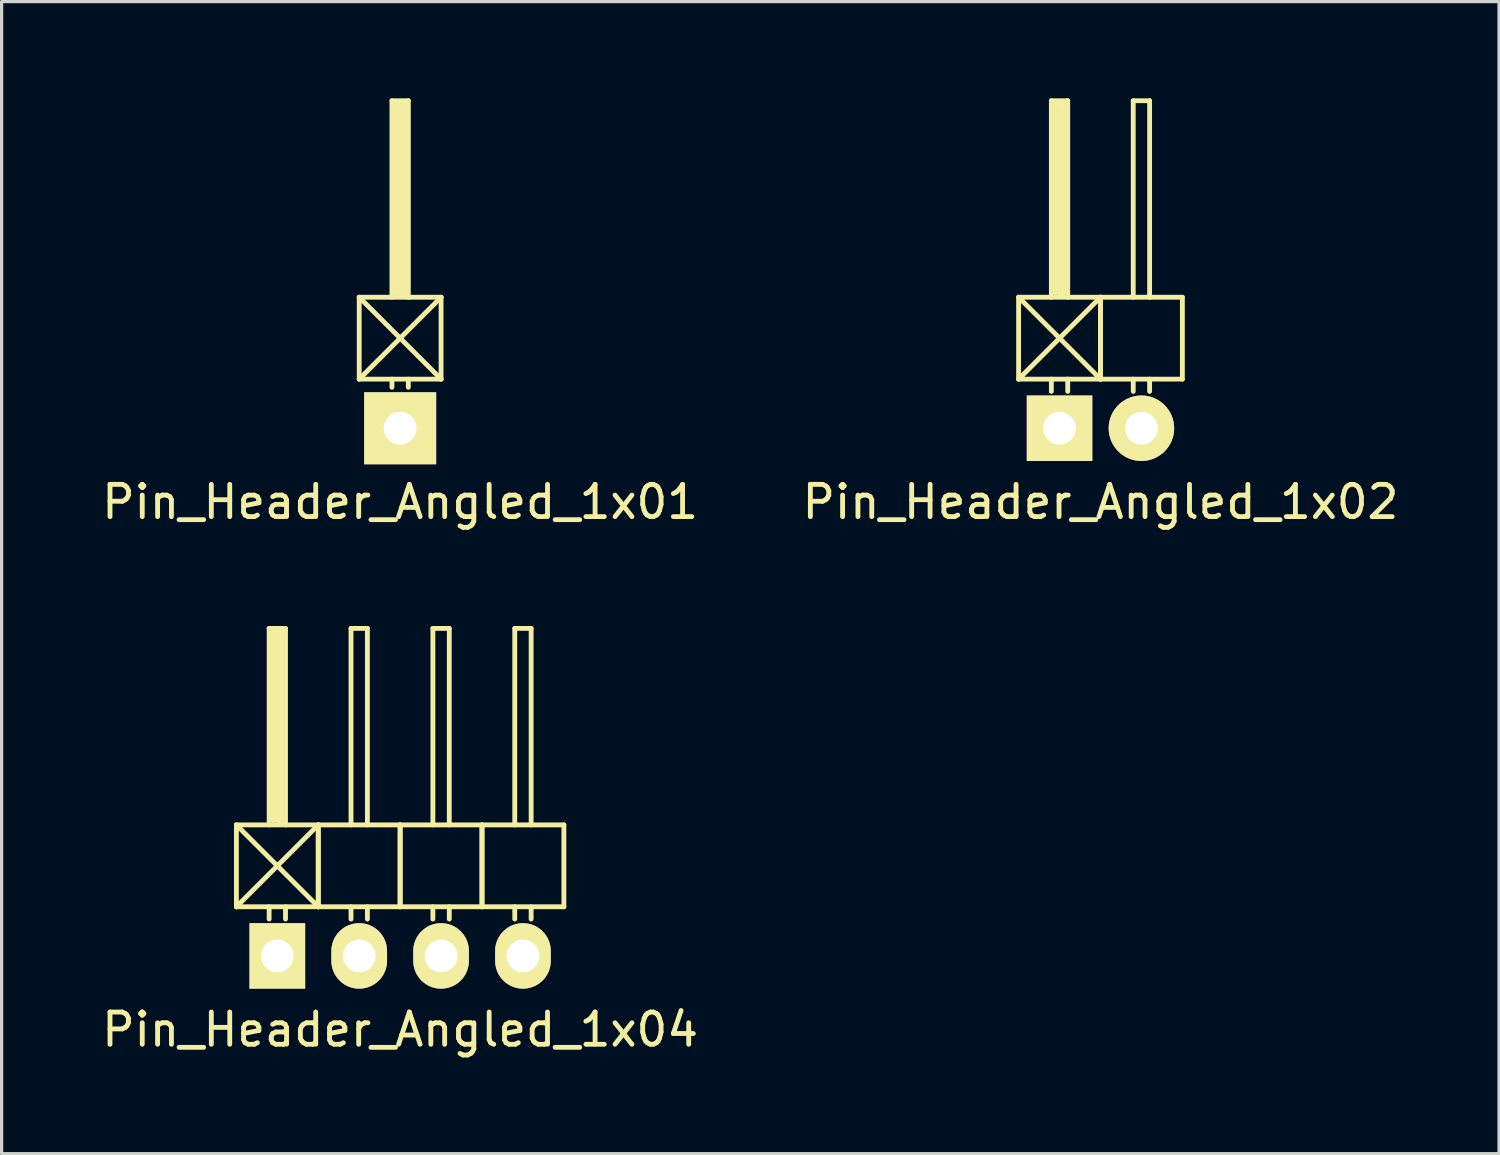
<source format=kicad_pcb>
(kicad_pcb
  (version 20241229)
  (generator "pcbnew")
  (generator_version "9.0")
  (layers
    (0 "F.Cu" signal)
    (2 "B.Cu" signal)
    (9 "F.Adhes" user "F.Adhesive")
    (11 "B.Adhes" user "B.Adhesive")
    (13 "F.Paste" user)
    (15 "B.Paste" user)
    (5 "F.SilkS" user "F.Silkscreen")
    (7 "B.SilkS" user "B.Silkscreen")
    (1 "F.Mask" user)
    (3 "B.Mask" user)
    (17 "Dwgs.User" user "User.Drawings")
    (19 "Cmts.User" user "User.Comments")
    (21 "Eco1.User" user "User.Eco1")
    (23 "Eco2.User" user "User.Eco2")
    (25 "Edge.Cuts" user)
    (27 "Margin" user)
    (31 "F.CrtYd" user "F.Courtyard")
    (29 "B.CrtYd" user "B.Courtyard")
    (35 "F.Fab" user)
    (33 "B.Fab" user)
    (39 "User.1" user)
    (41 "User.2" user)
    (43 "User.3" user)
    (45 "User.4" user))
  (footprint "Pin_Header_Angled_1x04"
    (layer "F.Cu")
    (at 9.363 26.604)
    (property "Reference" "Pin_Header_Angled_1x04" (at 0 2.286 0) (layer "F.SilkS") (effects (font (size 1 1) (thickness 0.15))))
    (attr through_hole)
    (fp_line (start -5.08 -4.064) (end -2.54 -1.524) (stroke (width 0.15) (type solid)) (layer "F.SilkS"))
    (fp_line (start -5.08 -1.524) (end -5.08 -4.064) (stroke (width 0.15) (type solid)) (layer "F.SilkS"))
    (fp_line (start -5.08 -1.524) (end -2.54 -1.524) (stroke (width 0.15) (type solid)) (layer "F.SilkS"))
    (fp_line (start -4.064 -10.16) (end -3.556 -10.16) (stroke (width 0.15) (type solid)) (layer "F.SilkS"))
    (fp_line (start -4.064 -4.064) (end -4.064 -10.16) (stroke (width 0.15) (type solid)) (layer "F.SilkS"))
    (fp_line (start -4.064 -1.524) (end -4.064 -1.143) (stroke (width 0.15) (type solid)) (layer "F.SilkS"))
    (fp_line (start -3.937 -10.033) (end -3.683 -10.033) (stroke (width 0.15) (type solid)) (layer "F.SilkS"))
    (fp_line (start -3.937 -4.191) (end -3.937 -10.033) (stroke (width 0.15) (type solid)) (layer "F.SilkS"))
    (fp_line (start -3.81 -4.191) (end -3.81 -10.033) (stroke (width 0.15) (type solid)) (layer "F.SilkS"))
    (fp_line (start -3.683 -10.033) (end -3.683 -4.191) (stroke (width 0.15) (type solid)) (layer "F.SilkS"))
    (fp_line (start -3.683 -4.191) (end -3.81 -4.191) (stroke (width 0.15) (type solid)) (layer "F.SilkS"))
    (fp_line (start -3.556 -10.16) (end -3.556 -4.064) (stroke (width 0.15) (type solid)) (layer "F.SilkS"))
    (fp_line (start -3.556 -1.524) (end -3.556 -1.143) (stroke (width 0.15) (type solid)) (layer "F.SilkS"))
    (fp_line (start -2.54 -4.064) (end -5.08 -4.064) (stroke (width 0.15) (type solid)) (layer "F.SilkS"))
    (fp_line (start -2.54 -4.064) (end -5.08 -1.524) (stroke (width 0.15) (type solid)) (layer "F.SilkS"))
    (fp_line (start -2.54 -1.524) (end -2.54 -4.064) (stroke (width 0.15) (type solid)) (layer "F.SilkS"))
    (fp_line (start -2.54 -1.524) (end -2.54 -4.064) (stroke (width 0.15) (type solid)) (layer "F.SilkS"))
    (fp_line (start -2.54 -1.524) (end 0 -1.524) (stroke (width 0.15) (type solid)) (layer "F.SilkS"))
    (fp_line (start -1.524 -10.16) (end -1.016 -10.16) (stroke (width 0.15) (type solid)) (layer "F.SilkS"))
    (fp_line (start -1.524 -4.064) (end -1.524 -10.16) (stroke (width 0.15) (type solid)) (layer "F.SilkS"))
    (fp_line (start -1.524 -1.524) (end -1.524 -1.143) (stroke (width 0.15) (type solid)) (layer "F.SilkS"))
    (fp_line (start -1.016 -10.16) (end -1.016 -4.064) (stroke (width 0.15) (type solid)) (layer "F.SilkS"))
    (fp_line (start -1.016 -1.524) (end -1.016 -1.143) (stroke (width 0.15) (type solid)) (layer "F.SilkS"))
    (fp_line (start 0 -4.064) (end -2.54 -4.064) (stroke (width 0.15) (type solid)) (layer "F.SilkS"))
    (fp_line (start 0 -1.524) (end 0 -4.064) (stroke (width 0.15) (type solid)) (layer "F.SilkS"))
    (fp_line (start 0 -1.524) (end 0 -4.064) (stroke (width 0.15) (type solid)) (layer "F.SilkS"))
    (fp_line (start 0 -1.524) (end 2.54 -1.524) (stroke (width 0.15) (type solid)) (layer "F.SilkS"))
    (fp_line (start 1.016 -10.16) (end 1.524 -10.16) (stroke (width 0.15) (type solid)) (layer "F.SilkS"))
    (fp_line (start 1.016 -4.064) (end 1.016 -10.16) (stroke (width 0.15) (type solid)) (layer "F.SilkS"))
    (fp_line (start 1.016 -1.524) (end 1.016 -1.143) (stroke (width 0.15) (type solid)) (layer "F.SilkS"))
    (fp_line (start 1.524 -10.16) (end 1.524 -4.064) (stroke (width 0.15) (type solid)) (layer "F.SilkS"))
    (fp_line (start 1.524 -1.524) (end 1.524 -1.143) (stroke (width 0.15) (type solid)) (layer "F.SilkS"))
    (fp_line (start 2.54 -4.064) (end 0 -4.064) (stroke (width 0.15) (type solid)) (layer "F.SilkS"))
    (fp_line (start 2.54 -1.524) (end 2.54 -4.064) (stroke (width 0.15) (type solid)) (layer "F.SilkS"))
    (fp_line (start 2.54 -1.524) (end 2.54 -4.064) (stroke (width 0.15) (type solid)) (layer "F.SilkS"))
    (fp_line (start 2.54 -1.524) (end 5.08 -1.524) (stroke (width 0.15) (type solid)) (layer "F.SilkS"))
    (fp_line (start 3.556 -10.16) (end 4.064 -10.16) (stroke (width 0.15) (type solid)) (layer "F.SilkS"))
    (fp_line (start 3.556 -4.064) (end 3.556 -10.16) (stroke (width 0.15) (type solid)) (layer "F.SilkS"))
    (fp_line (start 3.556 -1.524) (end 3.556 -1.143) (stroke (width 0.15) (type solid)) (layer "F.SilkS"))
    (fp_line (start 4.064 -10.16) (end 4.064 -4.064) (stroke (width 0.15) (type solid)) (layer "F.SilkS"))
    (fp_line (start 4.064 -1.524) (end 4.064 -1.143) (stroke (width 0.15) (type solid)) (layer "F.SilkS"))
    (fp_line (start 5.08 -4.064) (end 2.54 -4.064) (stroke (width 0.15) (type solid)) (layer "F.SilkS"))
    (fp_line (start 5.08 -1.524) (end 5.08 -4.064) (stroke (width 0.15) (type solid)) (layer "F.SilkS"))
    (pad "1" thru_hole rect (at -3.81 0) (size 1.727 2.032) (drill 1.016) (layers "*.Cu" "*.Mask" "F.SilkS"))
    (pad "2" thru_hole oval (at -1.27 0) (size 1.727 2.032) (drill 1.016) (layers "*.Cu" "*.Mask" "F.SilkS"))
    (pad "3" thru_hole oval (at 1.27 0) (size 1.727 2.032) (drill 1.016) (layers "*.Cu" "*.Mask" "F.SilkS"))
    (pad "4" thru_hole oval (at 3.81 0) (size 1.727 2.032) (drill 1.016) (layers "*.Cu" "*.Mask" "F.SilkS")))
  (footprint "Pin_Header_Angled_1x02"
    (layer "F.Cu")
    (at 31.089 10.235)
    (property "Reference" "Pin_Header_Angled_1x02" (at 0 2.286 0) (layer "F.SilkS") (effects (font (size 1 1) (thickness 0.15))))
    (attr through_hole)
    (fp_line (start -2.54 -4.064) (end 0 -1.524) (stroke (width 0.15) (type solid)) (layer "F.SilkS"))
    (fp_line (start -2.54 -1.524) (end -2.54 -4.064) (stroke (width 0.15) (type solid)) (layer "F.SilkS"))
    (fp_line (start -2.54 -1.524) (end 0 -1.524) (stroke (width 0.15) (type solid)) (layer "F.SilkS"))
    (fp_line (start -1.524 -10.16) (end -1.016 -10.16) (stroke (width 0.15) (type solid)) (layer "F.SilkS"))
    (fp_line (start -1.524 -4.064) (end -1.524 -10.16) (stroke (width 0.15) (type solid)) (layer "F.SilkS"))
    (fp_line (start -1.524 -1.524) (end -1.524 -1.143) (stroke (width 0.15) (type solid)) (layer "F.SilkS"))
    (fp_line (start -1.397 -10.033) (end -1.143 -10.033) (stroke (width 0.15) (type solid)) (layer "F.SilkS"))
    (fp_line (start -1.397 -4.191) (end -1.397 -10.033) (stroke (width 0.15) (type solid)) (layer "F.SilkS"))
    (fp_line (start -1.27 -4.191) (end -1.27 -10.033) (stroke (width 0.15) (type solid)) (layer "F.SilkS"))
    (fp_line (start -1.143 -10.033) (end -1.143 -4.191) (stroke (width 0.15) (type solid)) (layer "F.SilkS"))
    (fp_line (start -1.143 -4.191) (end -1.27 -4.191) (stroke (width 0.15) (type solid)) (layer "F.SilkS"))
    (fp_line (start -1.016 -10.16) (end -1.016 -4.064) (stroke (width 0.15) (type solid)) (layer "F.SilkS"))
    (fp_line (start -1.016 -1.524) (end -1.016 -1.143) (stroke (width 0.15) (type solid)) (layer "F.SilkS"))
    (fp_line (start 0 -4.064) (end -2.54 -4.064) (stroke (width 0.15) (type solid)) (layer "F.SilkS"))
    (fp_line (start 0 -4.064) (end -2.54 -1.524) (stroke (width 0.15) (type solid)) (layer "F.SilkS"))
    (fp_line (start 0 -1.524) (end 0 -4.064) (stroke (width 0.15) (type solid)) (layer "F.SilkS"))
    (fp_line (start 0 -1.524) (end 0 -4.064) (stroke (width 0.15) (type solid)) (layer "F.SilkS"))
    (fp_line (start 0 -1.524) (end 2.54 -1.524) (stroke (width 0.15) (type solid)) (layer "F.SilkS"))
    (fp_line (start 1.016 -10.16) (end 1.524 -10.16) (stroke (width 0.15) (type solid)) (layer "F.SilkS"))
    (fp_line (start 1.016 -4.064) (end 1.016 -10.16) (stroke (width 0.15) (type solid)) (layer "F.SilkS"))
    (fp_line (start 1.016 -1.524) (end 1.016 -1.143) (stroke (width 0.15) (type solid)) (layer "F.SilkS"))
    (fp_line (start 1.524 -10.16) (end 1.524 -4.064) (stroke (width 0.15) (type solid)) (layer "F.SilkS"))
    (fp_line (start 1.524 -1.524) (end 1.524 -1.143) (stroke (width 0.15) (type solid)) (layer "F.SilkS"))
    (fp_line (start 2.54 -4.064) (end 0 -4.064) (stroke (width 0.15) (type solid)) (layer "F.SilkS"))
    (fp_line (start 2.54 -1.524) (end 2.54 -4.064) (stroke (width 0.15) (type solid)) (layer "F.SilkS"))
    (pad "1" thru_hole rect (at -1.27 0) (size 2.032 2.032) (drill 1.016) (layers "*.Cu" "*.Mask" "F.SilkS"))
    (pad "2" thru_hole oval (at 1.27 0) (size 2.032 2.032) (drill 1.016) (layers "*.Cu" "*.Mask" "F.SilkS")))
  (footprint "Pin_Header_Angled_1x01"
    (layer "F.Cu")
    (at 9.363 10.235)
    (property "Reference" "Pin_Header_Angled_1x01" (at 0 2.286 0) (layer "F.SilkS") (effects (font (size 1 1) (thickness 0.15))))
    (attr through_hole)
    (fp_line (start -1.27 -4.064) (end 1.27 -1.524) (stroke (width 0.15) (type solid)) (layer "F.SilkS"))
    (fp_line (start -1.27 -1.524) (end -1.27 -4.064) (stroke (width 0.15) (type solid)) (layer "F.SilkS"))
    (fp_line (start -1.27 -1.524) (end 1.27 -1.524) (stroke (width 0.15) (type solid)) (layer "F.SilkS"))
    (fp_line (start -0.254 -10.16) (end 0.254 -10.16) (stroke (width 0.15) (type solid)) (layer "F.SilkS"))
    (fp_line (start -0.254 -4.064) (end -0.254 -10.16) (stroke (width 0.15) (type solid)) (layer "F.SilkS"))
    (fp_line (start -0.254 -1.524) (end -0.254 -1.27) (stroke (width 0.15) (type solid)) (layer "F.SilkS"))
    (fp_line (start -0.127 -10.033) (end 0.127 -10.033) (stroke (width 0.15) (type solid)) (layer "F.SilkS"))
    (fp_line (start -0.127 -4.191) (end -0.127 -10.033) (stroke (width 0.15) (type solid)) (layer "F.SilkS"))
    (fp_line (start 0 -4.191) (end 0 -10.033) (stroke (width 0.15) (type solid)) (layer "F.SilkS"))
    (fp_line (start 0.127 -10.033) (end 0.127 -4.191) (stroke (width 0.15) (type solid)) (layer "F.SilkS"))
    (fp_line (start 0.127 -4.191) (end 0 -4.191) (stroke (width 0.15) (type solid)) (layer "F.SilkS"))
    (fp_line (start 0.254 -10.16) (end 0.254 -4.064) (stroke (width 0.15) (type solid)) (layer "F.SilkS"))
    (fp_line (start 0.254 -1.524) (end 0.254 -1.27) (stroke (width 0.15) (type solid)) (layer "F.SilkS"))
    (fp_line (start 1.27 -4.064) (end -1.27 -4.064) (stroke (width 0.15) (type solid)) (layer "F.SilkS"))
    (fp_line (start 1.27 -4.064) (end -1.27 -1.524) (stroke (width 0.15) (type solid)) (layer "F.SilkS"))
    (fp_line (start 1.27 -1.524) (end 1.27 -4.064) (stroke (width 0.15) (type solid)) (layer "F.SilkS"))
    (pad "1" thru_hole rect (at 0 0) (size 2.235 2.235) (drill 1.016) (layers "*.Cu" "*.Mask" "F.SilkS")))
  (gr_rect
    (start -3 -3)
    (end 43.452 32.739)
    (stroke (width 0.1) (type default))
    (fill no)
    (layer "Edge.Cuts")))
</source>
